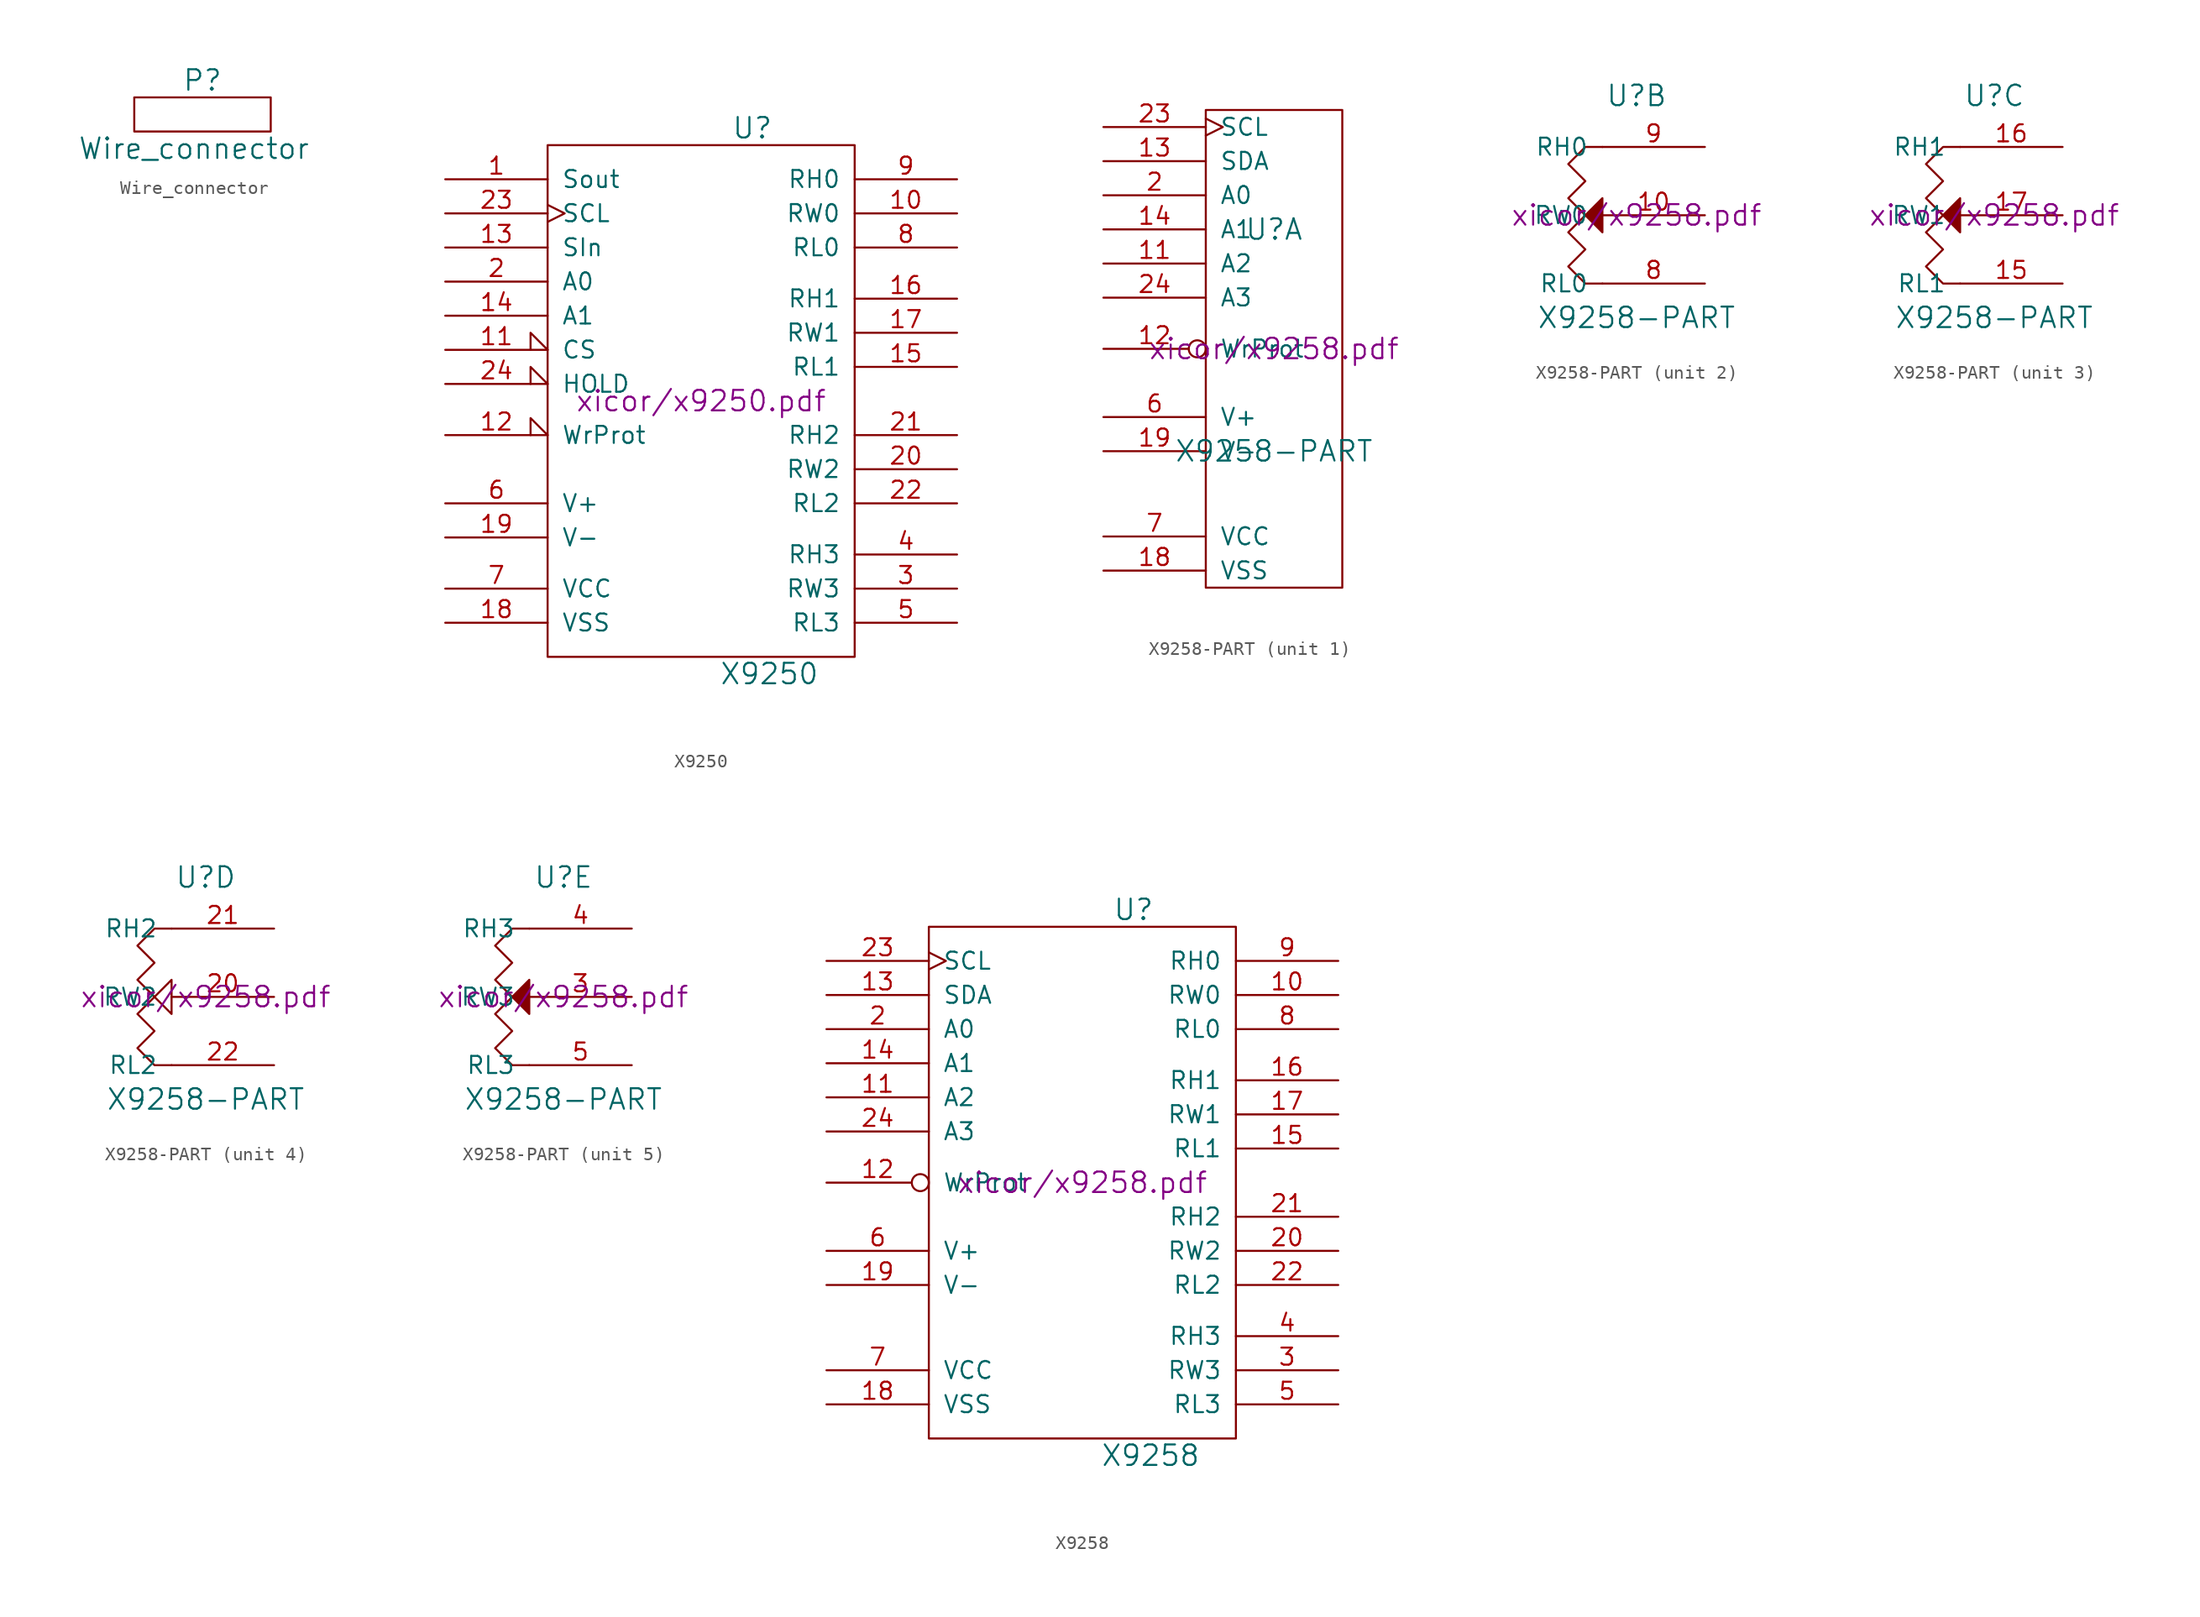
<source format=kicad_sym>
(kicad_symbol_lib
  (version 20211014)
  (generator kicad_symbol_editor)
  (symbol "Wire_connector"
    (pin_names
      (offset 1.016))
    (property "Reference" "P"
      (at 0 2.54 0)
      (effects (font (size 1.524 1.524))))
    (property "Value" "Wire_connector"
      (at -0.635 -2.54 0)
      (effects (font (size 1.524 1.524))))
    (property "Footprint" ""
      (at 0 0 0)
      (effects (font (size 1.524 1.524))))
    (property "Datasheet" ""
      (at 0 0 0)
      (effects (font (size 1.524 1.524))))
    (symbol "Wire_connector_0_1"
      (rectangle (start -5.08 1.27) (end 5.08 -1.27) (stroke (width 0) (type default) (color 0 0 0 0)) (fill (type none)))))
  (symbol "X9250"
    (pin_names
      (offset 1.016))
    (property "Reference" "U"
      (at 3.81 20.32 0)
      (effects (font (size 1.524 1.524))))
    (property "Value" "X9250"
      (at 5.08 -20.32 0)
      (effects (font (size 1.524 1.524))))
    (property "Footprint" ""
      (at 0 0 0)
      (effects (font (size 1.524 1.524))))
    (property "Datasheet" "xicor/x9250.pdf"
      (at 0 0 0)
      (effects (font (size 1.524 1.524))))
    (symbol "X9250_0_0"
      (pin input input_low (at -19.05 3.81 0) (length 7.62) (name "CS" (effects (font (size 1.27 1.27)))) (number "11" (effects (font (size 1.27 1.27)))))
      (pin bidirectional line (at -19.05 11.43 0) (length 7.62) (name "SIn" (effects (font (size 1.27 1.27)))) (number "13" (effects (font (size 1.27 1.27)))))
      (pin input line (at -19.05 6.35 0) (length 7.62) (name "A1" (effects (font (size 1.27 1.27)))) (number "14" (effects (font (size 1.27 1.27)))))
      (pin power_in line (at -19.05 -16.51 0) (length 7.62) (name "VSS" (effects (font (size 1.27 1.27)))) (number "18" (effects (font (size 1.27 1.27)))))
      (pin input line (at -19.05 -10.16 0) (length 7.62) (name "V-" (effects (font (size 1.27 1.27)))) (number "19" (effects (font (size 1.27 1.27)))))
      (pin input line (at -19.05 8.89 0) (length 7.62) (name "A0" (effects (font (size 1.27 1.27)))) (number "2" (effects (font (size 1.27 1.27)))))
      (pin input clock (at -19.05 13.97 0) (length 7.62) (name "SCL" (effects (font (size 1.27 1.27)))) (number "23" (effects (font (size 1.27 1.27)))))
      (pin input input_low (at -19.05 1.27 0) (length 7.62) (name "HOLD" (effects (font (size 1.27 1.27)))) (number "24" (effects (font (size 1.27 1.27)))))
      (pin input line (at -19.05 -7.62 0) (length 7.62) (name "V+" (effects (font (size 1.27 1.27)))) (number "6" (effects (font (size 1.27 1.27)))))
      (pin power_in line (at -19.05 -13.97 0) (length 7.62) (name "VCC" (effects (font (size 1.27 1.27)))) (number "7" (effects (font (size 1.27 1.27))))))
    (symbol "X9250_0_1"
      (rectangle (start -11.43 19.05) (end 11.43 -19.05) (stroke (width 0) (type default) (color 0 0 0 0)) (fill (type none))))
    (symbol "X9250_1_1"
      (pin output line (at -19.05 16.51 0) (length 7.62) (name "Sout" (effects (font (size 1.27 1.27)))) (number "1" (effects (font (size 1.27 1.27)))))
      (pin passive line (at 19.05 13.97 180) (length 7.62) (name "RW0" (effects (font (size 1.27 1.27)))) (number "10" (effects (font (size 1.27 1.27)))))
      (pin input input_low (at -19.05 -2.54 0) (length 7.62) (name "WrProt" (effects (font (size 1.27 1.27)))) (number "12" (effects (font (size 1.27 1.27)))))
      (pin passive line (at 19.05 2.54 180) (length 7.62) (name "RL1" (effects (font (size 1.27 1.27)))) (number "15" (effects (font (size 1.27 1.27)))))
      (pin passive line (at 19.05 7.62 180) (length 7.62) (name "RH1" (effects (font (size 1.27 1.27)))) (number "16" (effects (font (size 1.27 1.27)))))
      (pin passive line (at 19.05 5.08 180) (length 7.62) (name "RW1" (effects (font (size 1.27 1.27)))) (number "17" (effects (font (size 1.27 1.27)))))
      (pin passive line (at 19.05 -5.08 180) (length 7.62) (name "RW2" (effects (font (size 1.27 1.27)))) (number "20" (effects (font (size 1.27 1.27)))))
      (pin passive line (at 19.05 -2.54 180) (length 7.62) (name "RH2" (effects (font (size 1.27 1.27)))) (number "21" (effects (font (size 1.27 1.27)))))
      (pin passive line (at 19.05 -7.62 180) (length 7.62) (name "RL2" (effects (font (size 1.27 1.27)))) (number "22" (effects (font (size 1.27 1.27)))))
      (pin passive line (at 19.05 -13.97 180) (length 7.62) (name "RW3" (effects (font (size 1.27 1.27)))) (number "3" (effects (font (size 1.27 1.27)))))
      (pin passive line (at 19.05 -11.43 180) (length 7.62) (name "RH3" (effects (font (size 1.27 1.27)))) (number "4" (effects (font (size 1.27 1.27)))))
      (pin passive line (at 19.05 -16.51 180) (length 7.62) (name "RL3" (effects (font (size 1.27 1.27)))) (number "5" (effects (font (size 1.27 1.27)))))
      (pin passive line (at 19.05 11.43 180) (length 7.62) (name "RL0" (effects (font (size 1.27 1.27)))) (number "8" (effects (font (size 1.27 1.27)))))
      (pin passive line (at 19.05 16.51 180) (length 7.62) (name "RH0" (effects (font (size 1.27 1.27)))) (number "9" (effects (font (size 1.27 1.27)))))))
  (symbol "X9258-PART"
    (pin_names
      (offset 1.016))
    (property "Reference" "U"
      (at 0 8.89 0)
      (effects (font (size 1.524 1.524))))
    (property "Value" "X9258-PART"
      (at 0 -7.62 0)
      (effects (font (size 1.524 1.524))))
    (property "Footprint" ""
      (at 0 0 0)
      (effects (font (size 1.524 1.524))))
    (property "Datasheet" "xicor/x9258.pdf"
      (at 0 0 0)
      (effects (font (size 1.524 1.524))))
    (property "ki_locked" ""
      (at 0 0 0)
      (effects (font (size 1.27 1.27))))
    (symbol "X9258-PART_1_1"
      (rectangle (start -5.08 17.78) (end 5.08 -17.78) (stroke (width 0) (type default) (color 0 0 0 0)) (fill (type none)))
      (pin input line (at -12.7 6.35 0) (length 7.62) (name "A2" (effects (font (size 1.27 1.27)))) (number "11" (effects (font (size 1.27 1.27)))))
      (pin input inverted (at -12.7 0 0) (length 7.62) (name "WrProt" (effects (font (size 1.27 1.27)))) (number "12" (effects (font (size 1.27 1.27)))))
      (pin bidirectional line (at -12.7 13.97 0) (length 7.62) (name "SDA" (effects (font (size 1.27 1.27)))) (number "13" (effects (font (size 1.27 1.27)))))
      (pin input line (at -12.7 8.89 0) (length 7.62) (name "A1" (effects (font (size 1.27 1.27)))) (number "14" (effects (font (size 1.27 1.27)))))
      (pin power_in line (at -12.7 -16.51 0) (length 7.62) (name "VSS" (effects (font (size 1.27 1.27)))) (number "18" (effects (font (size 1.27 1.27)))))
      (pin input line (at -12.7 -7.62 0) (length 7.62) (name "V-" (effects (font (size 1.27 1.27)))) (number "19" (effects (font (size 1.27 1.27)))))
      (pin input line (at -12.7 11.43 0) (length 7.62) (name "A0" (effects (font (size 1.27 1.27)))) (number "2" (effects (font (size 1.27 1.27)))))
      (pin input clock (at -12.7 16.51 0) (length 7.62) (name "SCL" (effects (font (size 1.27 1.27)))) (number "23" (effects (font (size 1.27 1.27)))))
      (pin input line (at -12.7 3.81 0) (length 7.62) (name "A3" (effects (font (size 1.27 1.27)))) (number "24" (effects (font (size 1.27 1.27)))))
      (pin input line (at -12.7 -5.08 0) (length 7.62) (name "V+" (effects (font (size 1.27 1.27)))) (number "6" (effects (font (size 1.27 1.27)))))
      (pin power_in line (at -12.7 -13.97 0) (length 7.62) (name "VCC" (effects (font (size 1.27 1.27)))) (number "7" (effects (font (size 1.27 1.27))))))
    (symbol "X9258-PART_2_1"
      (polyline (pts (xy -2.54 -1.27) (xy -2.54 1.27) (xy -3.81 0) (xy -2.54 -1.27) (xy -2.54 -1.27)) (stroke (width 0) (type default) (color 0 0 0 0)) (fill (type outline)))
      (polyline (pts (xy -2.54 5.08) (xy -3.81 5.08) (xy -5.08 3.81) (xy -3.81 2.54) (xy -5.08 1.27) (xy -3.81 0) (xy -5.08 -1.27) (xy -3.81 -2.54) (xy -5.08 -3.81) (xy -3.81 -5.08) (xy -2.54 -5.08) (xy -2.54 -5.08) (xy -2.54 -5.08)) (stroke (width 0) (type default) (color 0 0 0 0)) (fill (type none)))
      (pin passive line (at 5.08 0 180) (length 7.62) (name "RW0" (effects (font (size 1.27 1.27)))) (number "10" (effects (font (size 1.27 1.27)))))
      (pin passive line (at 5.08 -5.08 180) (length 7.62) (name "RL0" (effects (font (size 1.27 1.27)))) (number "8" (effects (font (size 1.27 1.27)))))
      (pin passive line (at 5.08 5.08 180) (length 7.62) (name "RH0" (effects (font (size 1.27 1.27)))) (number "9" (effects (font (size 1.27 1.27))))))
    (symbol "X9258-PART_3_1"
      (polyline (pts (xy -2.54 1.27) (xy -2.54 -1.27) (xy -3.81 0) (xy -2.54 1.27) (xy -2.54 1.27)) (stroke (width 0) (type default) (color 0 0 0 0)) (fill (type outline)))
      (polyline (pts (xy -2.54 5.08) (xy -3.81 5.08) (xy -5.08 3.81) (xy -3.81 2.54) (xy -5.08 1.27) (xy -3.81 0) (xy -5.08 -1.27) (xy -3.81 -2.54) (xy -5.08 -3.81) (xy -3.81 -5.08) (xy -2.54 -5.08) (xy -2.54 -5.08) (xy -2.54 -5.08)) (stroke (width 0) (type default) (color 0 0 0 0)) (fill (type none)))
      (pin passive line (at 5.08 -5.08 180) (length 7.62) (name "RL1" (effects (font (size 1.27 1.27)))) (number "15" (effects (font (size 1.27 1.27)))))
      (pin passive line (at 5.08 5.08 180) (length 7.62) (name "RH1" (effects (font (size 1.27 1.27)))) (number "16" (effects (font (size 1.27 1.27)))))
      (pin passive line (at 5.08 0 180) (length 7.62) (name "RW1" (effects (font (size 1.27 1.27)))) (number "17" (effects (font (size 1.27 1.27))))))
    (symbol "X9258-PART_4_1"
      (polyline (pts (xy -2.54 1.27) (xy -2.54 -1.27) (xy -3.81 0) (xy -2.54 1.27) (xy -2.54 1.27)) (stroke (width 0) (type default) (color 0 0 0 0)) (fill (type none)))
      (polyline (pts (xy -2.54 5.08) (xy -3.81 5.08) (xy -5.08 3.81) (xy -3.81 2.54) (xy -5.08 1.27) (xy -3.81 0) (xy -5.08 -1.27) (xy -5.08 -1.27) (xy -3.81 -2.54) (xy -5.08 -3.81) (xy -3.81 -5.08) (xy -2.54 -5.08) (xy -2.54 -5.08) (xy -2.54 -5.08)) (stroke (width 0) (type default) (color 0 0 0 0)) (fill (type none)))
      (pin passive line (at 5.08 0 180) (length 7.62) (name "RW2" (effects (font (size 1.27 1.27)))) (number "20" (effects (font (size 1.27 1.27)))))
      (pin passive line (at 5.08 5.08 180) (length 7.62) (name "RH2" (effects (font (size 1.27 1.27)))) (number "21" (effects (font (size 1.27 1.27)))))
      (pin passive line (at 5.08 -5.08 180) (length 7.62) (name "RL2" (effects (font (size 1.27 1.27)))) (number "22" (effects (font (size 1.27 1.27))))))
    (symbol "X9258-PART_5_1"
      (polyline (pts (xy -2.54 -1.27) (xy -2.54 1.27) (xy -3.81 0) (xy -2.54 -1.27) (xy -2.54 -1.27)) (stroke (width 0) (type default) (color 0 0 0 0)) (fill (type outline)))
      (polyline (pts (xy -2.54 5.08) (xy -3.81 5.08) (xy -5.08 3.81) (xy -3.81 2.54) (xy -5.08 1.27) (xy -3.81 0) (xy -5.08 -1.27) (xy -3.81 -2.54) (xy -5.08 -3.81) (xy -3.81 -5.08) (xy -2.54 -5.08) (xy -2.54 -5.08) (xy -2.54 -5.08)) (stroke (width 0) (type default) (color 0 0 0 0)) (fill (type none)))
      (pin passive line (at 5.08 0 180) (length 7.62) (name "RW3" (effects (font (size 1.27 1.27)))) (number "3" (effects (font (size 1.27 1.27)))))
      (pin passive line (at 5.08 5.08 180) (length 7.62) (name "RH3" (effects (font (size 1.27 1.27)))) (number "4" (effects (font (size 1.27 1.27)))))
      (pin passive line (at 5.08 -5.08 180) (length 7.62) (name "RL3" (effects (font (size 1.27 1.27)))) (number "5" (effects (font (size 1.27 1.27)))))))
  (symbol "X9258"
    (pin_names
      (offset 1.016))
    (property "Reference" "U"
      (at 3.81 20.32 0)
      (effects (font (size 1.524 1.524))))
    (property "Value" "X9258"
      (at 5.08 -20.32 0)
      (effects (font (size 1.524 1.524))))
    (property "Footprint" ""
      (at 0 0 0)
      (effects (font (size 1.524 1.524))))
    (property "Datasheet" "xicor/x9258.pdf"
      (at 0 0 0)
      (effects (font (size 1.524 1.524))))
    (symbol "X9258_0_0"
      (pin input line (at -19.05 6.35 0) (length 7.62) (name "A2" (effects (font (size 1.27 1.27)))) (number "11" (effects (font (size 1.27 1.27)))))
      (pin bidirectional line (at -19.05 13.97 0) (length 7.62) (name "SDA" (effects (font (size 1.27 1.27)))) (number "13" (effects (font (size 1.27 1.27)))))
      (pin input line (at -19.05 8.89 0) (length 7.62) (name "A1" (effects (font (size 1.27 1.27)))) (number "14" (effects (font (size 1.27 1.27)))))
      (pin power_in line (at -19.05 -16.51 0) (length 7.62) (name "VSS" (effects (font (size 1.27 1.27)))) (number "18" (effects (font (size 1.27 1.27)))))
      (pin input line (at -19.05 -7.62 0) (length 7.62) (name "V-" (effects (font (size 1.27 1.27)))) (number "19" (effects (font (size 1.27 1.27)))))
      (pin input line (at -19.05 11.43 0) (length 7.62) (name "A0" (effects (font (size 1.27 1.27)))) (number "2" (effects (font (size 1.27 1.27)))))
      (pin input clock (at -19.05 16.51 0) (length 7.62) (name "SCL" (effects (font (size 1.27 1.27)))) (number "23" (effects (font (size 1.27 1.27)))))
      (pin input line (at -19.05 3.81 0) (length 7.62) (name "A3" (effects (font (size 1.27 1.27)))) (number "24" (effects (font (size 1.27 1.27)))))
      (pin input line (at -19.05 -5.08 0) (length 7.62) (name "V+" (effects (font (size 1.27 1.27)))) (number "6" (effects (font (size 1.27 1.27)))))
      (pin power_in line (at -19.05 -13.97 0) (length 7.62) (name "VCC" (effects (font (size 1.27 1.27)))) (number "7" (effects (font (size 1.27 1.27))))))
    (symbol "X9258_0_1"
      (rectangle (start -11.43 19.05) (end 11.43 -19.05) (stroke (width 0) (type default) (color 0 0 0 0)) (fill (type none))))
    (symbol "X9258_1_1"
      (pin passive line (at 19.05 13.97 180) (length 7.62) (name "RW0" (effects (font (size 1.27 1.27)))) (number "10" (effects (font (size 1.27 1.27)))))
      (pin input inverted (at -19.05 0 0) (length 7.62) (name "WrProt" (effects (font (size 1.27 1.27)))) (number "12" (effects (font (size 1.27 1.27)))))
      (pin passive line (at 19.05 2.54 180) (length 7.62) (name "RL1" (effects (font (size 1.27 1.27)))) (number "15" (effects (font (size 1.27 1.27)))))
      (pin passive line (at 19.05 7.62 180) (length 7.62) (name "RH1" (effects (font (size 1.27 1.27)))) (number "16" (effects (font (size 1.27 1.27)))))
      (pin passive line (at 19.05 5.08 180) (length 7.62) (name "RW1" (effects (font (size 1.27 1.27)))) (number "17" (effects (font (size 1.27 1.27)))))
      (pin passive line (at 19.05 -5.08 180) (length 7.62) (name "RW2" (effects (font (size 1.27 1.27)))) (number "20" (effects (font (size 1.27 1.27)))))
      (pin passive line (at 19.05 -2.54 180) (length 7.62) (name "RH2" (effects (font (size 1.27 1.27)))) (number "21" (effects (font (size 1.27 1.27)))))
      (pin passive line (at 19.05 -7.62 180) (length 7.62) (name "RL2" (effects (font (size 1.27 1.27)))) (number "22" (effects (font (size 1.27 1.27)))))
      (pin passive line (at 19.05 -13.97 180) (length 7.62) (name "RW3" (effects (font (size 1.27 1.27)))) (number "3" (effects (font (size 1.27 1.27)))))
      (pin passive line (at 19.05 -11.43 180) (length 7.62) (name "RH3" (effects (font (size 1.27 1.27)))) (number "4" (effects (font (size 1.27 1.27)))))
      (pin passive line (at 19.05 -16.51 180) (length 7.62) (name "RL3" (effects (font (size 1.27 1.27)))) (number "5" (effects (font (size 1.27 1.27)))))
      (pin passive line (at 19.05 11.43 180) (length 7.62) (name "RL0" (effects (font (size 1.27 1.27)))) (number "8" (effects (font (size 1.27 1.27)))))
      (pin passive line (at 19.05 16.51 180) (length 7.62) (name "RH0" (effects (font (size 1.27 1.27)))) (number "9" (effects (font (size 1.27 1.27))))))))
</source>
